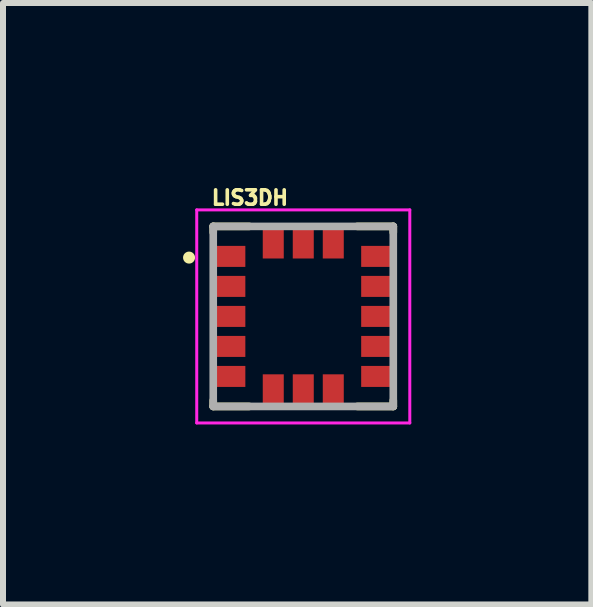
<source format=kicad_pcb>
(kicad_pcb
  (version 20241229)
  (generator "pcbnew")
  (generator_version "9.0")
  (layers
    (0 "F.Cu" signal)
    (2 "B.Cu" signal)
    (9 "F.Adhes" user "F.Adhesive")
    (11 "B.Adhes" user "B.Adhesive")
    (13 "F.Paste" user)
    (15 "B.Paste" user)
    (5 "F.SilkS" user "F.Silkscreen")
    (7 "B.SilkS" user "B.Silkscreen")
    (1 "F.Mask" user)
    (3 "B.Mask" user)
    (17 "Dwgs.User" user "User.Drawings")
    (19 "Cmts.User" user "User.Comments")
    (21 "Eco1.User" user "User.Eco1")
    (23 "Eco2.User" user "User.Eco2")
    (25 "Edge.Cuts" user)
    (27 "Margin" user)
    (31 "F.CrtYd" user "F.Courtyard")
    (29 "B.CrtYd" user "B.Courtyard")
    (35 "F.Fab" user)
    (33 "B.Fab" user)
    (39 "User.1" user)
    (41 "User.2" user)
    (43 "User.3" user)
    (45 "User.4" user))
  (footprint "LIS3DH"
    (layer "F.Cu")
    (at 2.003 2.222)
    (property "Reference" "LIS3DH" (at -0.889 -1.977 0) (layer "F.SilkS") (effects (font (size 0.24 0.24) (thickness 0.15))))
    (attr smd)
    (fp_line (start -1.5 -1.5) (end -0.9 -1.5) (stroke (width 0.127) (type solid)) (layer "F.SilkS"))
    (fp_line (start -1.5 -1.4) (end -1.5 -1.5) (stroke (width 0.127) (type solid)) (layer "F.SilkS"))
    (fp_line (start -1.5 1.4) (end -1.5 1.5) (stroke (width 0.127) (type solid)) (layer "F.SilkS"))
    (fp_line (start -1.5 1.5) (end -0.9 1.5) (stroke (width 0.127) (type solid)) (layer "F.SilkS"))
    (fp_line (start 0.9 -1.5) (end 1.5 -1.5) (stroke (width 0.127) (type solid)) (layer "F.SilkS"))
    (fp_line (start 0.9 1.5) (end 1.5 1.5) (stroke (width 0.127) (type solid)) (layer "F.SilkS"))
    (fp_line (start 1.5 -1.5) (end 1.5 -1.4) (stroke (width 0.127) (type solid)) (layer "F.SilkS"))
    (fp_line (start 1.5 1.5) (end 1.5 1.4) (stroke (width 0.127) (type solid)) (layer "F.SilkS"))
    (fp_circle (center -1.903 -0.98) (end -1.803 -0.98) (stroke (width 0) (type solid)) (fill yes) (layer "F.SilkS"))
    (fp_line (start -1.775 -1.775) (end 1.775 -1.775) (stroke (width 0.05) (type solid)) (layer "F.CrtYd"))
    (fp_line (start -1.775 1.775) (end -1.775 -1.775) (stroke (width 0.05) (type solid)) (layer "F.CrtYd"))
    (fp_line (start 1.775 -1.775) (end 1.775 1.775) (stroke (width 0.05) (type solid)) (layer "F.CrtYd"))
    (fp_line (start 1.775 1.775) (end -1.775 1.775) (stroke (width 0.05) (type solid)) (layer "F.CrtYd"))
    (fp_line (start -1.5 -1.5) (end 1.5 -1.5) (stroke (width 0.127) (type solid)) (layer "F.Fab"))
    (fp_line (start -1.5 1.5) (end -1.5 -1.5) (stroke (width 0.127) (type solid)) (layer "F.Fab"))
    (fp_line (start 1.5 -1.5) (end 1.5 1.5) (stroke (width 0.127) (type solid)) (layer "F.Fab"))
    (fp_line (start 1.5 1.5) (end -1.5 1.5) (stroke (width 0.127) (type solid)) (layer "F.Fab"))
    (pad "1" smd rect (at -1.225 -1) (size 0.52 0.35) (layers "F.Cu" "F.Mask" "F.Paste"))
    (pad "2" smd rect (at -1.225 -0.5) (size 0.52 0.35) (layers "F.Cu" "F.Mask" "F.Paste"))
    (pad "3" smd rect (at -1.225 0) (size 0.52 0.35) (layers "F.Cu" "F.Mask" "F.Paste"))
    (pad "4" smd rect (at -1.225 0.5) (size 0.52 0.35) (layers "F.Cu" "F.Mask" "F.Paste"))
    (pad "5" smd rect (at -1.225 1) (size 0.52 0.35) (layers "F.Cu" "F.Mask" "F.Paste"))
    (pad "6" smd rect (at -0.5 1.225 90) (size 0.52 0.35) (layers "F.Cu" "F.Mask" "F.Paste"))
    (pad "7" smd rect (at 0 1.225 90) (size 0.52 0.35) (layers "F.Cu" "F.Mask" "F.Paste"))
    (pad "8" smd rect (at 0.5 1.225 90) (size 0.52 0.35) (layers "F.Cu" "F.Mask" "F.Paste"))
    (pad "9" smd rect (at 1.225 1 180) (size 0.52 0.35) (layers "F.Cu" "F.Mask" "F.Paste"))
    (pad "10" smd rect (at 1.225 0.5 180) (size 0.52 0.35) (layers "F.Cu" "F.Mask" "F.Paste"))
    (pad "11" smd rect (at 1.225 0 180) (size 0.52 0.35) (layers "F.Cu" "F.Mask" "F.Paste"))
    (pad "12" smd rect (at 1.225 -0.5 180) (size 0.52 0.35) (layers "F.Cu" "F.Mask" "F.Paste"))
    (pad "13" smd rect (at 1.225 -1 180) (size 0.52 0.35) (layers "F.Cu" "F.Mask" "F.Paste"))
    (pad "14" smd rect (at 0.5 -1.225 90) (size 0.52 0.35) (layers "F.Cu" "F.Mask" "F.Paste"))
    (pad "15" smd rect (at 0 -1.225 90) (size 0.52 0.35) (layers "F.Cu" "F.Mask" "F.Paste"))
    (pad "16" smd rect (at -0.5 -1.225 90) (size 0.52 0.35) (layers "F.Cu" "F.Mask" "F.Paste")))
  (gr_rect
    (start -3 -3)
    (end 6.803 7.022)
    (stroke (width 0.1) (type default))
    (fill no)
    (layer "Edge.Cuts")))
</source>
